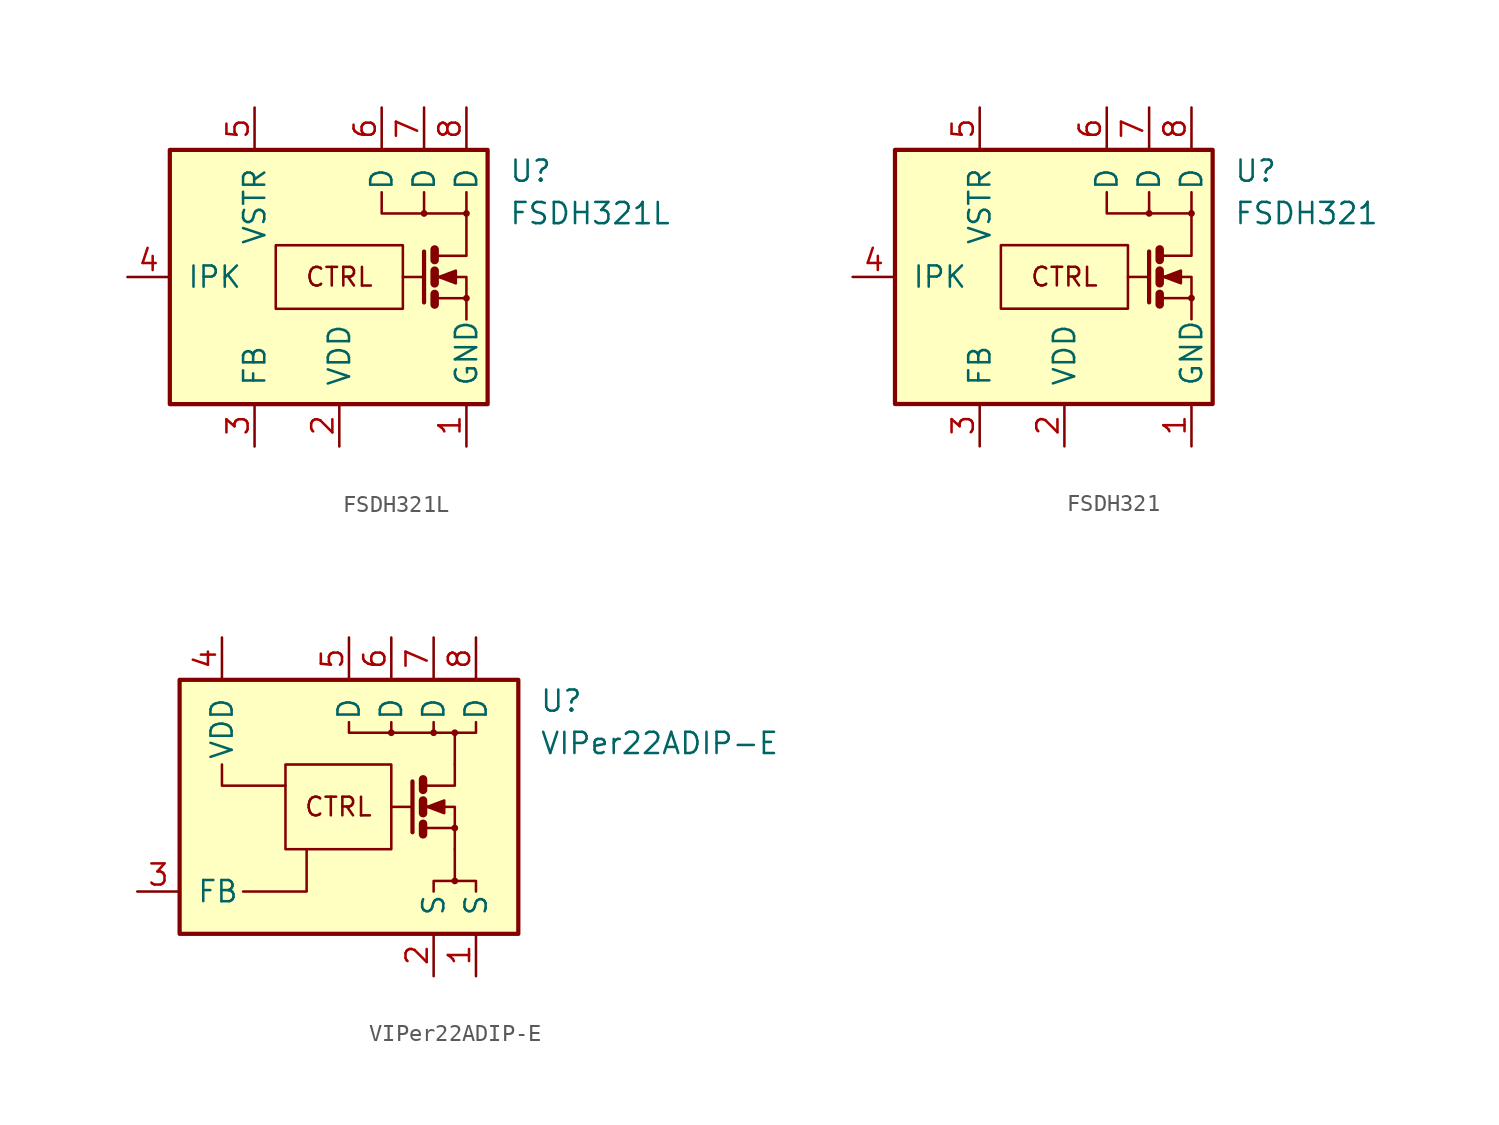
<source format=kicad_sym>
(kicad_symbol_lib
  (version 20241209)
  (generator "kicad_symbol_editor")
  (generator_version "9.0")
  (symbol "FSDH321L"
    (pin_names
      (offset 1.016))
    (property "Reference" "U"
      (at 10.16 6.35 0)
      (effects (font (size 1.27 1.27)) (justify left)))
    (property "Value" "FSDH321L"
      (at 10.16 3.81 0)
      (effects (font (size 1.27 1.27)) (justify left)))
    (symbol "FSDH321L_0_0"
      (rectangle (start -10.16 7.62) (end 8.89 -7.62) (stroke (width 0.254) (type default)) (fill (type background)))
      (circle (center 5.08 3.81) (radius 0.127) (stroke (width 0) (type default)) (fill (type none)))
      (circle (center 7.62 3.81) (radius 0.127) (stroke (width 0) (type default)) (fill (type none)))
      (circle (center 7.62 -1.27) (radius 0.127) (stroke (width 0) (type default)) (fill (type none)))
      (text "CTRL" (at 0 0 0) (effects (font (size 1.118 1.118)))))
    (symbol "FSDH321L_0_1"
      (rectangle (start -3.81 1.905) (end 3.81 -1.905) (stroke (width 0) (type default)) (fill (type none)))
      (polyline (pts (xy 5.08 3.81) (xy 5.08 5.08)) (stroke (width 0) (type default)) (fill (type none)))
      (polyline (pts (xy 5.08 1.524) (xy 5.08 -1.524) (xy 5.08 -1.524)) (stroke (width 0.254) (type default)) (fill (type none)))
      (polyline (pts (xy 5.08 0) (xy 3.81 0)) (stroke (width 0) (type default)) (fill (type none)))
      (polyline (pts (xy 5.715 1.651) (xy 5.715 1.016)) (stroke (width 0.508) (type default)) (fill (type none)))
      (polyline (pts (xy 5.715 1.27) (xy 6.731 1.27) (xy 7.62 1.27) (xy 7.62 5.08)) (stroke (width 0) (type default)) (fill (type none)))
      (polyline (pts (xy 5.715 0.381) (xy 5.715 -0.381)) (stroke (width 0.508) (type default)) (fill (type none)))
      (polyline (pts (xy 5.715 -1.016) (xy 5.715 -1.651)) (stroke (width 0.508) (type default)) (fill (type none)))
      (polyline (pts (xy 5.715 -1.27) (xy 7.62 -1.27) (xy 7.62 -2.54)) (stroke (width 0) (type default)) (fill (type none)))
      (polyline (pts (xy 5.842 0) (xy 6.35 0) (xy 7.62 0) (xy 7.62 -1.27) (xy 7.62 -1.27)) (stroke (width 0) (type default)) (fill (type none)))
      (polyline (pts (xy 5.969 0) (xy 6.985 0.381) (xy 6.985 -0.381) (xy 5.969 0) (xy 6.096 0) (xy 6.096 0)) (stroke (width 0) (type default)) (fill (type outline)))
      (polyline (pts (xy 7.62 3.81) (xy 2.54 3.81) (xy 2.54 5.08)) (stroke (width 0) (type default)) (fill (type none))))
    (symbol "FSDH321L_1_1"
      (pin passive line (at -12.7 0 0) (length 2.54) (name "IPK" (effects (font (size 1.27 1.27)))) (number "4" (effects (font (size 1.27 1.27)))))
      (pin passive line (at -5.08 10.16 270) (length 2.54) (name "VSTR" (effects (font (size 1.27 1.27)))) (number "5" (effects (font (size 1.27 1.27)))))
      (pin input line (at -5.08 -10.16 90) (length 2.54) (name "FB" (effects (font (size 1.27 1.27)))) (number "3" (effects (font (size 1.27 1.27)))))
      (pin power_in line (at 0 -10.16 90) (length 2.54) (name "VDD" (effects (font (size 1.27 1.27)))) (number "2" (effects (font (size 1.27 1.27)))))
      (pin passive line (at 2.54 10.16 270) (length 2.54) (name "D" (effects (font (size 1.27 1.27)))) (number "6" (effects (font (size 1.27 1.27)))))
      (pin passive line (at 5.08 10.16 270) (length 2.54) (name "D" (effects (font (size 1.27 1.27)))) (number "7" (effects (font (size 1.27 1.27)))))
      (pin passive line (at 7.62 10.16 270) (length 2.54) (name "D" (effects (font (size 1.27 1.27)))) (number "8" (effects (font (size 1.27 1.27)))))
      (pin power_in line (at 7.62 -10.16 90) (length 2.54) (name "GND" (effects (font (size 1.27 1.27)))) (number "1" (effects (font (size 1.27 1.27)))))))
  (symbol "FSDH321"
    (pin_names
      (offset 1.016))
    (property "Reference" "U"
      (at 10.16 6.35 0)
      (effects (font (size 1.27 1.27)) (justify left)))
    (property "Value" "FSDH321"
      (at 10.16 3.81 0)
      (effects (font (size 1.27 1.27)) (justify left)))
    (symbol "FSDH321_0_0"
      (rectangle (start -10.16 7.62) (end 8.89 -7.62) (stroke (width 0.254) (type default)) (fill (type background)))
      (circle (center 5.08 3.81) (radius 0.127) (stroke (width 0) (type default)) (fill (type none)))
      (circle (center 7.62 -1.27) (radius 0.127) (stroke (width 0) (type default)) (fill (type none)))
      (text "CTRL" (at 0 0 0) (effects (font (size 1.118 1.118)))))
    (symbol "FSDH321_0_1"
      (rectangle (start -3.81 1.905) (end 3.81 -1.905) (stroke (width 0) (type default)) (fill (type none)))
      (polyline (pts (xy 5.08 3.81) (xy 5.08 5.08)) (stroke (width 0) (type default)) (fill (type none)))
      (polyline (pts (xy 5.08 1.524) (xy 5.08 -1.524) (xy 5.08 -1.524)) (stroke (width 0.254) (type default)) (fill (type none)))
      (polyline (pts (xy 5.08 0) (xy 3.81 0)) (stroke (width 0) (type default)) (fill (type none)))
      (polyline (pts (xy 5.715 1.651) (xy 5.715 1.016)) (stroke (width 0.508) (type default)) (fill (type none)))
      (polyline (pts (xy 5.715 1.27) (xy 6.731 1.27) (xy 7.62 1.27) (xy 7.62 5.08)) (stroke (width 0) (type default)) (fill (type none)))
      (polyline (pts (xy 5.715 0.381) (xy 5.715 -0.381)) (stroke (width 0.508) (type default)) (fill (type none)))
      (polyline (pts (xy 5.715 -1.016) (xy 5.715 -1.651)) (stroke (width 0.508) (type default)) (fill (type none)))
      (polyline (pts (xy 5.715 -1.27) (xy 7.62 -1.27) (xy 7.62 -2.54)) (stroke (width 0) (type default)) (fill (type none)))
      (polyline (pts (xy 5.842 0) (xy 6.35 0) (xy 7.62 0) (xy 7.62 -1.27) (xy 7.62 -1.27)) (stroke (width 0) (type default)) (fill (type none)))
      (polyline (pts (xy 5.969 0) (xy 6.985 0.381) (xy 6.985 -0.381) (xy 5.969 0) (xy 6.096 0) (xy 6.096 0)) (stroke (width 0) (type default)) (fill (type outline)))
      (polyline (pts (xy 7.62 3.81) (xy 2.54 3.81) (xy 2.54 5.08)) (stroke (width 0) (type default)) (fill (type none)))
      (circle (center 7.62 3.81) (radius 0.127) (stroke (width 0) (type default)) (fill (type none))))
    (symbol "FSDH321_1_1"
      (pin passive line (at -12.7 0 0) (length 2.54) (name "IPK" (effects (font (size 1.27 1.27)))) (number "4" (effects (font (size 1.27 1.27)))))
      (pin passive line (at -5.08 10.16 270) (length 2.54) (name "VSTR" (effects (font (size 1.27 1.27)))) (number "5" (effects (font (size 1.27 1.27)))))
      (pin input line (at -5.08 -10.16 90) (length 2.54) (name "FB" (effects (font (size 1.27 1.27)))) (number "3" (effects (font (size 1.27 1.27)))))
      (pin power_in line (at 0 -10.16 90) (length 2.54) (name "VDD" (effects (font (size 1.27 1.27)))) (number "2" (effects (font (size 1.27 1.27)))))
      (pin passive line (at 2.54 10.16 270) (length 2.54) (name "D" (effects (font (size 1.27 1.27)))) (number "6" (effects (font (size 1.27 1.27)))))
      (pin passive line (at 5.08 10.16 270) (length 2.54) (name "D" (effects (font (size 1.27 1.27)))) (number "7" (effects (font (size 1.27 1.27)))))
      (pin passive line (at 7.62 10.16 270) (length 2.54) (name "D" (effects (font (size 1.27 1.27)))) (number "8" (effects (font (size 1.27 1.27)))))
      (pin power_in line (at 7.62 -10.16 90) (length 2.54) (name "GND" (effects (font (size 1.27 1.27)))) (number "1" (effects (font (size 1.27 1.27)))))))
  (symbol "VIPer22ADIP-E"
    (pin_names
      (offset 1.016))
    (property "Reference" "U"
      (at 11.43 6.35 0)
      (effects (font (size 1.27 1.27)) (justify left)))
    (property "Value" "VIPer22ADIP-E"
      (at 11.43 3.81 0)
      (effects (font (size 1.27 1.27)) (justify left)))
    (symbol "VIPer22ADIP-E_0_0"
      (rectangle (start -10.16 7.62) (end 10.16 -7.62) (stroke (width 0.254) (type default)) (fill (type background)))
      (polyline (pts (xy 0 5.08) (xy 0 4.445) (xy 7.62 4.445) (xy 7.62 5.08)) (stroke (width 0) (type default)) (fill (type none)))
      (polyline (pts (xy 2.54 5.08) (xy 2.54 4.445)) (stroke (width 0) (type default)) (fill (type none)))
      (circle (center 2.54 4.445) (radius 0.127) (stroke (width 0) (type default)) (fill (type none)))
      (polyline (pts (xy 5.08 5.08) (xy 5.08 4.445)) (stroke (width 0) (type default)) (fill (type none)))
      (circle (center 5.08 4.445) (radius 0.127) (stroke (width 0) (type default)) (fill (type none)))
      (polyline (pts (xy 5.08 -5.08) (xy 5.08 -4.445) (xy 7.62 -4.445) (xy 7.62 -5.08)) (stroke (width 0) (type default)) (fill (type none)))
      (circle (center 6.35 4.445) (radius 0.127) (stroke (width 0) (type default)) (fill (type none)))
      (polyline (pts (xy 6.35 2.54) (xy 6.35 4.445)) (stroke (width 0) (type default)) (fill (type none)))
      (circle (center 6.35 -1.27) (radius 0.127) (stroke (width 0) (type default)) (fill (type none)))
      (polyline (pts (xy 6.35 -2.54) (xy 6.35 -4.445)) (stroke (width 0) (type default)) (fill (type none)))
      (circle (center 6.35 -4.445) (radius 0.127) (stroke (width 0) (type default)) (fill (type none)))
      (text "CTRL" (at -0.635 0 0) (effects (font (size 1.118 1.118)))))
    (symbol "VIPer22ADIP-E_0_1"
      (polyline (pts (xy -7.62 2.54) (xy -7.62 1.27) (xy -3.81 1.27)) (stroke (width 0) (type default)) (fill (type none)))
      (polyline (pts (xy -6.35 -5.08) (xy -2.54 -5.08) (xy -2.54 -2.54)) (stroke (width 0) (type default)) (fill (type none)))
      (rectangle (start -3.81 2.54) (end 2.54 -2.54) (stroke (width 0) (type default)) (fill (type none)))
      (polyline (pts (xy 3.81 1.524) (xy 3.81 -1.524) (xy 3.81 -1.524)) (stroke (width 0.254) (type default)) (fill (type none)))
      (polyline (pts (xy 3.81 0) (xy 2.54 0)) (stroke (width 0) (type default)) (fill (type none)))
      (polyline (pts (xy 4.445 1.651) (xy 4.445 1.016)) (stroke (width 0.508) (type default)) (fill (type none)))
      (polyline (pts (xy 4.445 0.381) (xy 4.445 -0.381)) (stroke (width 0.508) (type default)) (fill (type none)))
      (polyline (pts (xy 4.445 -1.016) (xy 4.445 -1.651)) (stroke (width 0.508) (type default)) (fill (type none)))
      (polyline (pts (xy 4.572 1.27) (xy 6.35 1.27) (xy 6.35 2.54) (xy 6.35 2.54)) (stroke (width 0) (type default)) (fill (type none)))
      (polyline (pts (xy 4.572 0) (xy 5.08 0) (xy 6.35 0) (xy 6.35 -1.27) (xy 6.35 -1.27)) (stroke (width 0) (type default)) (fill (type none)))
      (polyline (pts (xy 4.572 -1.27) (xy 6.35 -1.27) (xy 6.35 -2.54) (xy 6.35 -2.54)) (stroke (width 0) (type default)) (fill (type none)))
      (polyline (pts (xy 4.699 0) (xy 5.715 0.381) (xy 5.715 -0.381) (xy 4.699 0) (xy 4.826 0) (xy 4.826 0)) (stroke (width 0) (type default)) (fill (type outline))))
    (symbol "VIPer22ADIP-E_1_1"
      (pin input line (at -12.7 -5.08 0) (length 2.54) (name "FB" (effects (font (size 1.27 1.27)))) (number "3" (effects (font (size 1.27 1.27)))))
      (pin power_in line (at -7.62 10.16 270) (length 2.54) (name "VDD" (effects (font (size 1.27 1.27)))) (number "4" (effects (font (size 1.27 1.27)))))
      (pin passive line (at 0 10.16 270) (length 2.54) (name "D" (effects (font (size 1.27 1.27)))) (number "5" (effects (font (size 1.27 1.27)))))
      (pin passive line (at 2.54 10.16 270) (length 2.54) (name "D" (effects (font (size 1.27 1.27)))) (number "6" (effects (font (size 1.27 1.27)))))
      (pin passive line (at 5.08 10.16 270) (length 2.54) (name "D" (effects (font (size 1.27 1.27)))) (number "7" (effects (font (size 1.27 1.27)))))
      (pin passive line (at 5.08 -10.16 90) (length 2.54) (name "S" (effects (font (size 1.27 1.27)))) (number "2" (effects (font (size 1.27 1.27)))))
      (pin passive line (at 7.62 10.16 270) (length 2.54) (name "D" (effects (font (size 1.27 1.27)))) (number "8" (effects (font (size 1.27 1.27)))))
      (pin passive line (at 7.62 -10.16 90) (length 2.54) (name "S" (effects (font (size 1.27 1.27)))) (number "1" (effects (font (size 1.27 1.27))))))))
</source>
